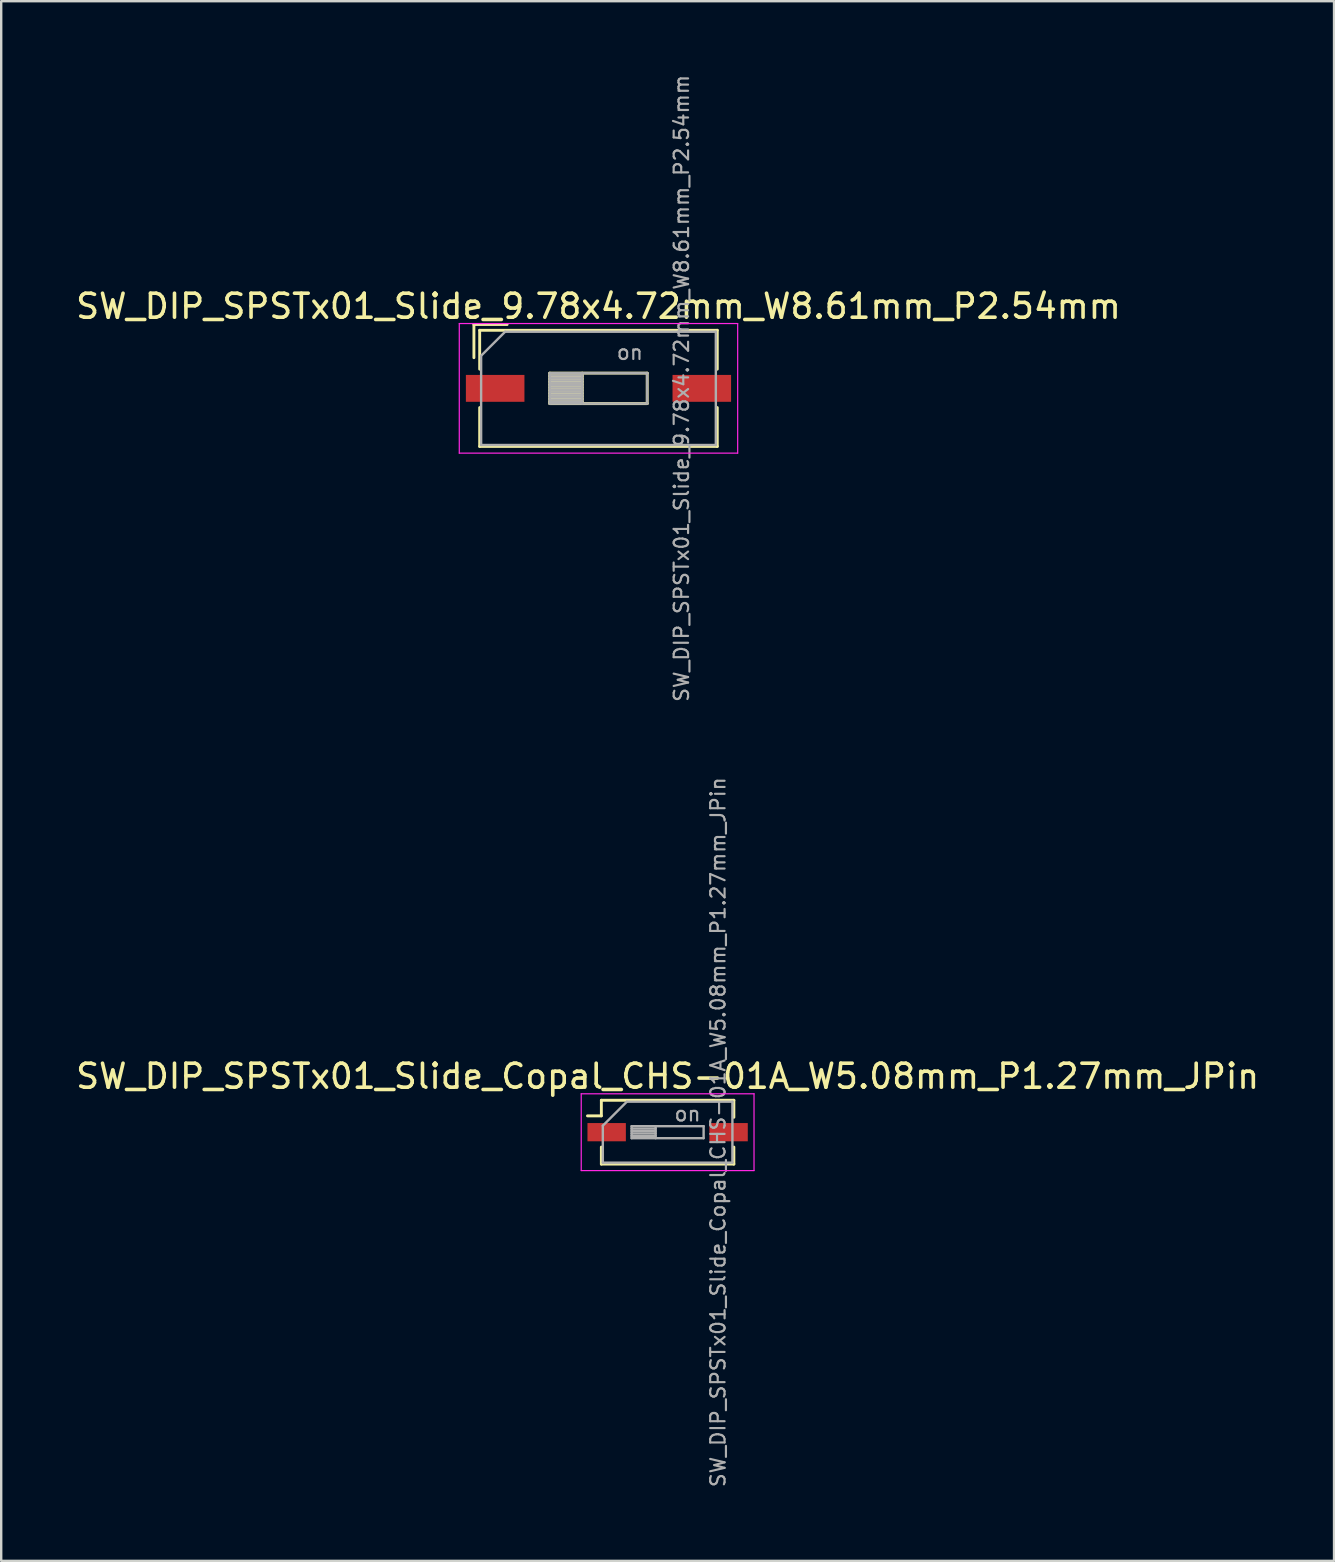
<source format=kicad_pcb>
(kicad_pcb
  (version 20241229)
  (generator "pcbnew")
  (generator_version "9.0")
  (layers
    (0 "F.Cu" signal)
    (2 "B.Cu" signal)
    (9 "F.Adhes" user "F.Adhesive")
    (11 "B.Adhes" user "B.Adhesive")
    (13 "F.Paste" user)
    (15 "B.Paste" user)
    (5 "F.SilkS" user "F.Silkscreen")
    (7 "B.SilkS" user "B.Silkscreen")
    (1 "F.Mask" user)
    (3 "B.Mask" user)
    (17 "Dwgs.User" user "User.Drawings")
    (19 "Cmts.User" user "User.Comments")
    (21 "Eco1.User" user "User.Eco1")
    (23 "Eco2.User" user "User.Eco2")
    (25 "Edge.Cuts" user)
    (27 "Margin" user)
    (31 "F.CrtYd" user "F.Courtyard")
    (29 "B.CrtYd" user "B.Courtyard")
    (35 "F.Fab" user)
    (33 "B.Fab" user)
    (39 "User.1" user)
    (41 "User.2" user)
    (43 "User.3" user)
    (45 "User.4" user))
  (footprint "SW_DIP_SPSTx01_Slide_Copal_CHS-01A_W5.08mm_P1.27mm_JPin"
    (layer "F.Cu")
    (at 24.768 44.125)
    (property "Reference" "SW_DIP_SPSTx01_Slide_Copal_CHS-01A_W5.08mm_P1.27mm_JPin" (at 0 -2.33 0) (layer "F.SilkS") (effects (font (size 1 1) (thickness 0.15))))
    (attr smd)
    (fp_line (start -3.34 -0.68) (end -2.761 -0.68) (stroke (width 0.12) (type solid)) (layer "F.SilkS"))
    (fp_line (start -2.761 -1.33) (end -2.761 -0.68) (stroke (width 0.12) (type solid)) (layer "F.SilkS"))
    (fp_line (start -2.761 -1.33) (end 2.76 -1.33) (stroke (width 0.12) (type solid)) (layer "F.SilkS"))
    (fp_line (start -2.761 0.62) (end -2.761 1.33) (stroke (width 0.12) (type solid)) (layer "F.SilkS"))
    (fp_line (start -2.761 1.33) (end 2.76 1.33) (stroke (width 0.12) (type solid)) (layer "F.SilkS"))
    (fp_line (start 2.76 -1.33) (end 2.76 -0.62) (stroke (width 0.12) (type solid)) (layer "F.SilkS"))
    (fp_line (start 2.76 0.62) (end 2.76 1.33) (stroke (width 0.12) (type solid)) (layer "F.SilkS"))
    (fp_line (start -3.6 -1.6) (end -3.6 1.6) (stroke (width 0.05) (type solid)) (layer "F.CrtYd"))
    (fp_line (start -3.6 1.6) (end 3.6 1.6) (stroke (width 0.05) (type solid)) (layer "F.CrtYd"))
    (fp_line (start 3.6 -1.6) (end -3.6 -1.6) (stroke (width 0.05) (type solid)) (layer "F.CrtYd"))
    (fp_line (start 3.6 1.6) (end 3.6 -1.6) (stroke (width 0.05) (type solid)) (layer "F.CrtYd"))
    (fp_line (start -2.7 -0.27) (end -1.7 -1.27) (stroke (width 0.1) (type solid)) (layer "F.Fab"))
    (fp_line (start -2.7 1.27) (end -2.7 -0.27) (stroke (width 0.1) (type solid)) (layer "F.Fab"))
    (fp_line (start -1.7 -1.27) (end 2.7 -1.27) (stroke (width 0.1) (type solid)) (layer "F.Fab"))
    (fp_line (start -1.5 -0.25) (end -1.5 0.25) (stroke (width 0.1) (type solid)) (layer "F.Fab"))
    (fp_line (start -1.5 -0.15) (end -0.5 -0.15) (stroke (width 0.1) (type solid)) (layer "F.Fab"))
    (fp_line (start -1.5 -0.05) (end -0.5 -0.05) (stroke (width 0.1) (type solid)) (layer "F.Fab"))
    (fp_line (start -1.5 0.05) (end -0.5 0.05) (stroke (width 0.1) (type solid)) (layer "F.Fab"))
    (fp_line (start -1.5 0.15) (end -0.5 0.15) (stroke (width 0.1) (type solid)) (layer "F.Fab"))
    (fp_line (start -1.5 0.25) (end 1.5 0.25) (stroke (width 0.1) (type solid)) (layer "F.Fab"))
    (fp_line (start -0.5 -0.25) (end -0.5 0.25) (stroke (width 0.1) (type solid)) (layer "F.Fab"))
    (fp_line (start 1.5 -0.25) (end -1.5 -0.25) (stroke (width 0.1) (type solid)) (layer "F.Fab"))
    (fp_line (start 1.5 0.25) (end 1.5 -0.25) (stroke (width 0.1) (type solid)) (layer "F.Fab"))
    (fp_line (start 2.7 -1.27) (end 2.7 1.27) (stroke (width 0.1) (type solid)) (layer "F.Fab"))
    (fp_line (start 2.7 1.27) (end -2.7 1.27) (stroke (width 0.1) (type solid)) (layer "F.Fab"))
    (fp_text user "on" (at 0.83 -0.76 0) (layer "F.Fab") (effects (font (size 0.6 0.6) (thickness 0.09))))
    (fp_text user "${REFERENCE}" (at 2.1 0 90) (layer "F.Fab") (effects (font (size 0.6 0.6) (thickness 0.09))))
    (pad "1" smd rect (at -2.54 0) (size 1.6 0.76) (layers "F.Cu" "F.Mask" "F.Paste"))
    (pad "2" smd rect (at 2.54 0) (size 1.6 0.76) (layers "F.Cu" "F.Mask" "F.Paste")))
  (footprint "SW_DIP_SPSTx01_Slide_9.78x4.72mm_W8.61mm_P2.54mm"
    (layer "F.Cu")
    (at 21.887 13.132)
    (property "Reference" "SW_DIP_SPSTx01_Slide_9.78x4.72mm_W8.61mm_P2.54mm" (at 0 -3.42 0) (layer "F.SilkS") (effects (font (size 1 1) (thickness 0.15))))
    (attr smd)
    (fp_line (start -5.19 -2.66) (end -5.19 -1.277) (stroke (width 0.12) (type solid)) (layer "F.SilkS"))
    (fp_line (start -5.19 -2.66) (end -3.806 -2.66) (stroke (width 0.12) (type solid)) (layer "F.SilkS"))
    (fp_line (start -4.95 -2.42) (end -4.95 -0.8) (stroke (width 0.12) (type solid)) (layer "F.SilkS"))
    (fp_line (start -4.95 -2.42) (end 4.95 -2.42) (stroke (width 0.12) (type solid)) (layer "F.SilkS"))
    (fp_line (start -4.95 0.8) (end -4.95 2.42) (stroke (width 0.12) (type solid)) (layer "F.SilkS"))
    (fp_line (start -4.95 2.42) (end 4.95 2.42) (stroke (width 0.12) (type solid)) (layer "F.SilkS"))
    (fp_line (start -2.03 -0.635) (end -2.03 0.635) (stroke (width 0.12) (type solid)) (layer "F.SilkS"))
    (fp_line (start -2.03 -0.515) (end -0.677 -0.515) (stroke (width 0.12) (type solid)) (layer "F.SilkS"))
    (fp_line (start -2.03 -0.395) (end -0.677 -0.395) (stroke (width 0.12) (type solid)) (layer "F.SilkS"))
    (fp_line (start -2.03 -0.275) (end -0.677 -0.275) (stroke (width 0.12) (type solid)) (layer "F.SilkS"))
    (fp_line (start -2.03 -0.155) (end -0.677 -0.155) (stroke (width 0.12) (type solid)) (layer "F.SilkS"))
    (fp_line (start -2.03 -0.035) (end -0.677 -0.035) (stroke (width 0.12) (type solid)) (layer "F.SilkS"))
    (fp_line (start -2.03 0.085) (end -0.677 0.085) (stroke (width 0.12) (type solid)) (layer "F.SilkS"))
    (fp_line (start -2.03 0.205) (end -0.677 0.205) (stroke (width 0.12) (type solid)) (layer "F.SilkS"))
    (fp_line (start -2.03 0.325) (end -0.677 0.325) (stroke (width 0.12) (type solid)) (layer "F.SilkS"))
    (fp_line (start -2.03 0.445) (end -0.677 0.445) (stroke (width 0.12) (type solid)) (layer "F.SilkS"))
    (fp_line (start -2.03 0.565) (end -0.677 0.565) (stroke (width 0.12) (type solid)) (layer "F.SilkS"))
    (fp_line (start -2.03 0.635) (end 2.03 0.635) (stroke (width 0.12) (type solid)) (layer "F.SilkS"))
    (fp_line (start -0.677 -0.635) (end -0.677 0.635) (stroke (width 0.12) (type solid)) (layer "F.SilkS"))
    (fp_line (start 2.03 -0.635) (end -2.03 -0.635) (stroke (width 0.12) (type solid)) (layer "F.SilkS"))
    (fp_line (start 2.03 0.635) (end 2.03 -0.635) (stroke (width 0.12) (type solid)) (layer "F.SilkS"))
    (fp_line (start 4.95 -2.42) (end 4.95 -0.8) (stroke (width 0.12) (type solid)) (layer "F.SilkS"))
    (fp_line (start 4.95 0.8) (end 4.95 2.42) (stroke (width 0.12) (type solid)) (layer "F.SilkS"))
    (fp_line (start -5.8 -2.7) (end -5.8 2.7) (stroke (width 0.05) (type solid)) (layer "F.CrtYd"))
    (fp_line (start -5.8 2.7) (end 5.8 2.7) (stroke (width 0.05) (type solid)) (layer "F.CrtYd"))
    (fp_line (start 5.8 -2.7) (end -5.8 -2.7) (stroke (width 0.05) (type solid)) (layer "F.CrtYd"))
    (fp_line (start 5.8 2.7) (end 5.8 -2.7) (stroke (width 0.05) (type solid)) (layer "F.CrtYd"))
    (fp_line (start -4.89 -1.36) (end -3.89 -2.36) (stroke (width 0.1) (type solid)) (layer "F.Fab"))
    (fp_line (start -4.89 2.36) (end -4.89 -1.36) (stroke (width 0.1) (type solid)) (layer "F.Fab"))
    (fp_line (start -3.89 -2.36) (end 4.89 -2.36) (stroke (width 0.1) (type solid)) (layer "F.Fab"))
    (fp_line (start -2.03 -0.635) (end -2.03 0.635) (stroke (width 0.1) (type solid)) (layer "F.Fab"))
    (fp_line (start -2.03 -0.535) (end -0.677 -0.535) (stroke (width 0.1) (type solid)) (layer "F.Fab"))
    (fp_line (start -2.03 -0.435) (end -0.677 -0.435) (stroke (width 0.1) (type solid)) (layer "F.Fab"))
    (fp_line (start -2.03 -0.335) (end -0.677 -0.335) (stroke (width 0.1) (type solid)) (layer "F.Fab"))
    (fp_line (start -2.03 -0.235) (end -0.677 -0.235) (stroke (width 0.1) (type solid)) (layer "F.Fab"))
    (fp_line (start -2.03 -0.135) (end -0.677 -0.135) (stroke (width 0.1) (type solid)) (layer "F.Fab"))
    (fp_line (start -2.03 -0.035) (end -0.677 -0.035) (stroke (width 0.1) (type solid)) (layer "F.Fab"))
    (fp_line (start -2.03 0.065) (end -0.677 0.065) (stroke (width 0.1) (type solid)) (layer "F.Fab"))
    (fp_line (start -2.03 0.165) (end -0.677 0.165) (stroke (width 0.1) (type solid)) (layer "F.Fab"))
    (fp_line (start -2.03 0.265) (end -0.677 0.265) (stroke (width 0.1) (type solid)) (layer "F.Fab"))
    (fp_line (start -2.03 0.365) (end -0.677 0.365) (stroke (width 0.1) (type solid)) (layer "F.Fab"))
    (fp_line (start -2.03 0.465) (end -0.677 0.465) (stroke (width 0.1) (type solid)) (layer "F.Fab"))
    (fp_line (start -2.03 0.565) (end -0.677 0.565) (stroke (width 0.1) (type solid)) (layer "F.Fab"))
    (fp_line (start -2.03 0.635) (end 2.03 0.635) (stroke (width 0.1) (type solid)) (layer "F.Fab"))
    (fp_line (start -0.677 -0.635) (end -0.677 0.635) (stroke (width 0.1) (type solid)) (layer "F.Fab"))
    (fp_line (start 2.03 -0.635) (end -2.03 -0.635) (stroke (width 0.1) (type solid)) (layer "F.Fab"))
    (fp_line (start 2.03 0.635) (end 2.03 -0.635) (stroke (width 0.1) (type solid)) (layer "F.Fab"))
    (fp_line (start 4.89 -2.36) (end 4.89 2.36) (stroke (width 0.1) (type solid)) (layer "F.Fab"))
    (fp_line (start 4.89 2.36) (end -4.89 2.36) (stroke (width 0.1) (type solid)) (layer "F.Fab"))
    (fp_text user "on" (at 1.308 -1.498 0) (layer "F.Fab") (effects (font (size 0.6 0.6) (thickness 0.09))))
    (fp_text user "${REFERENCE}" (at 3.46 0 90) (layer "F.Fab") (effects (font (size 0.6 0.6) (thickness 0.09))))
    (pad "1" smd rect (at -4.305 0) (size 2.44 1.12) (layers "F.Cu" "F.Mask" "F.Paste"))
    (pad "2" smd rect (at 4.305 0) (size 2.44 1.12) (layers "F.Cu" "F.Mask" "F.Paste")))
  (gr_rect
    (start -3 -3)
    (end 52.536 61.986)
    (stroke (width 0.1) (type default))
    (fill no)
    (layer "Edge.Cuts")))
</source>
